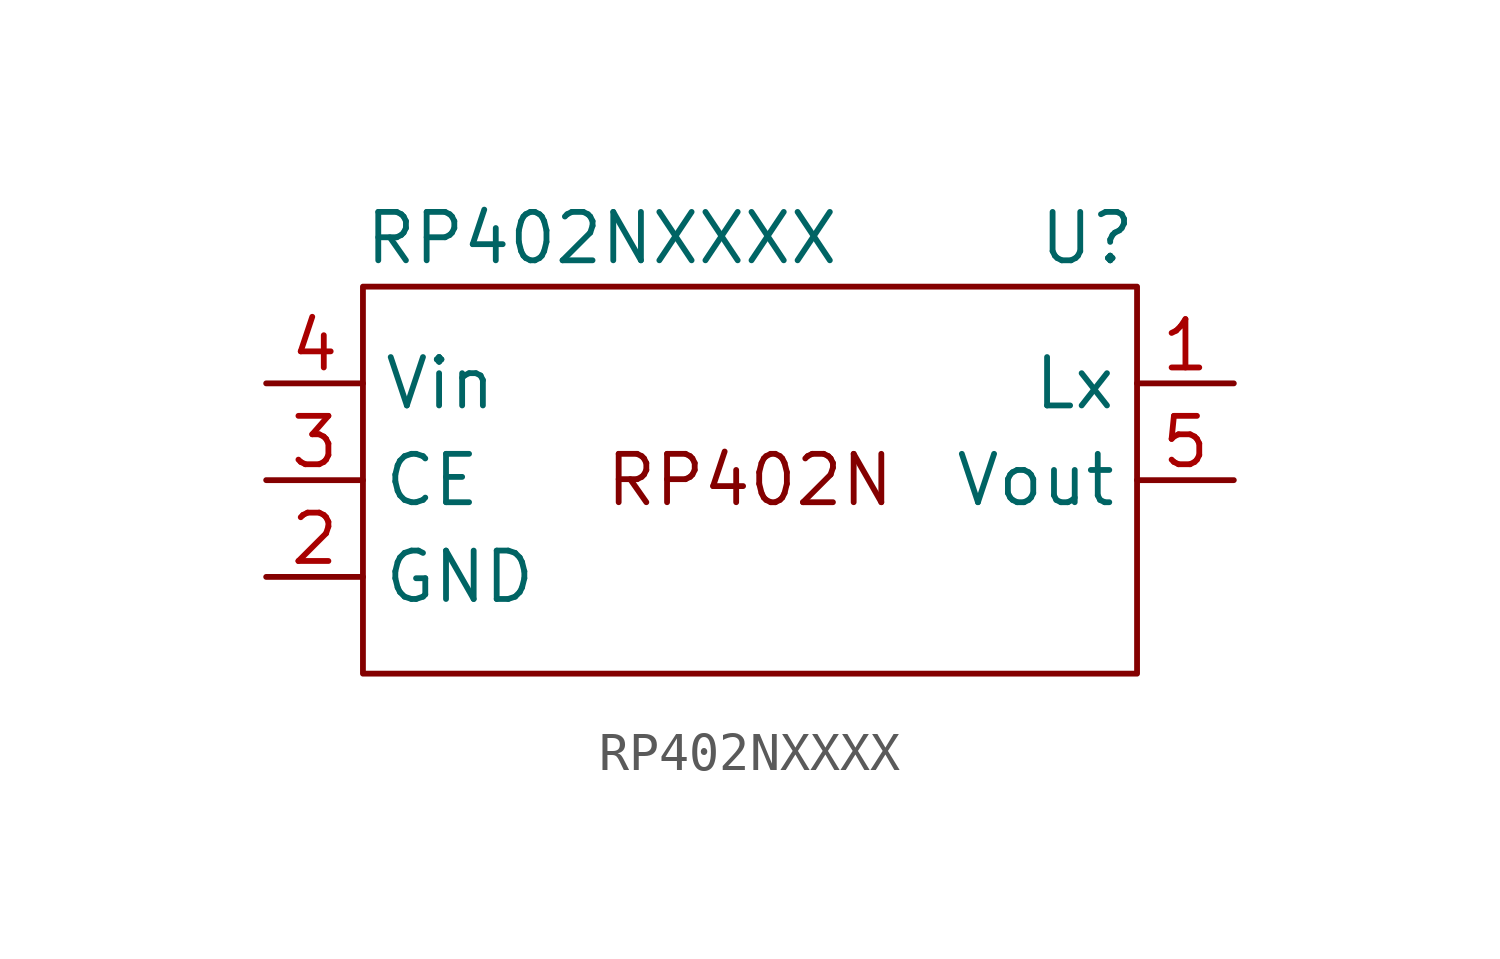
<source format=kicad_sym>
(kicad_symbol_lib
  (version 20211014)
  (generator kicad_symbol_editor)
  (symbol "RP402NXXXX"
    (property "Reference" "U"
      (at 10.16 6.35 0)
      (effects (font (size 1.27 1.27)) (justify right)))
    (property "Value" "RP402NXXXX"
      (at -10.16 6.35 0)
      (effects (font (size 1.27 1.27)) (justify left)))
    (symbol "RP402NXXXX_0_0"
      (text "RP402N" (at 0 0 0) (effects (font (size 1.27 1.27))))
      (pin bidirectional line (at 12.7 2.54 180) (length 2.54) (name "Lx" (effects (font (size 1.27 1.27)))) (number "1" (effects (font (size 1.27 1.27)))))
      (pin power_in line (at -12.7 -2.54 0) (length 2.54) (name "GND" (effects (font (size 1.27 1.27)))) (number "2" (effects (font (size 1.27 1.27)))))
      (pin input line (at -12.7 0 0) (length 2.54) (name "CE" (effects (font (size 1.27 1.27)))) (number "3" (effects (font (size 1.27 1.27)))))
      (pin power_in line (at -12.7 2.54 0) (length 2.54) (name "Vin" (effects (font (size 1.27 1.27)))) (number "4" (effects (font (size 1.27 1.27)))))
      (pin power_out line (at 12.7 0 180) (length 2.54) (name "Vout" (effects (font (size 1.27 1.27)))) (number "5" (effects (font (size 1.27 1.27))))))
    (symbol "RP402NXXXX_0_1"
      (rectangle (start -10.16 5.08) (end 10.16 -5.08) (stroke (width 0) (type default) (color 0 0 0 0)) (fill (type none))))))
</source>
